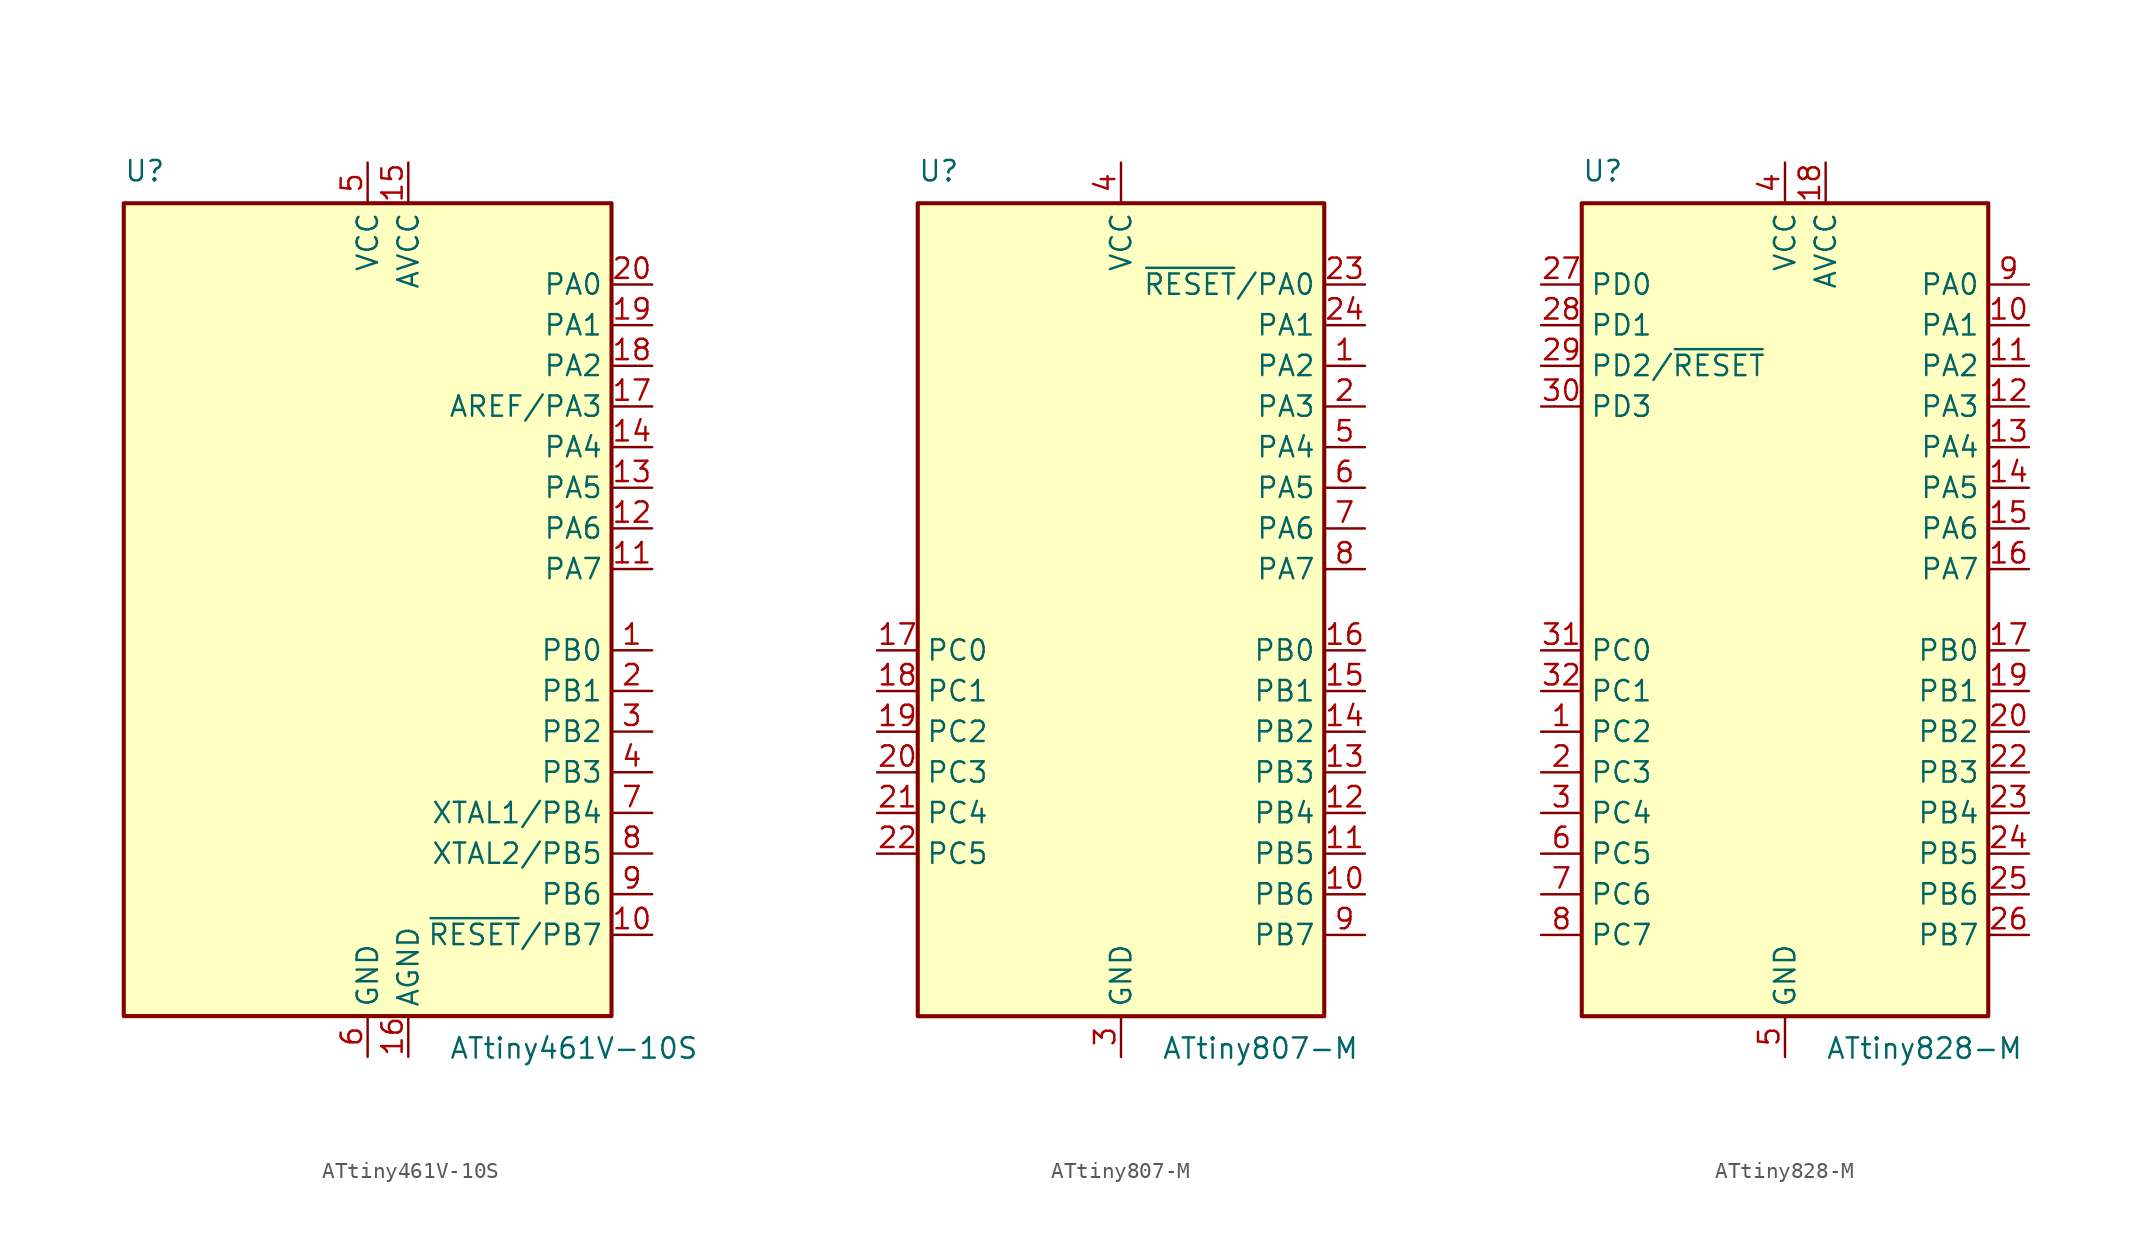
<source format=kicad_sym>
(kicad_symbol_lib
  (version 20241209)
  (generator "kicad_symbol_editor")
  (generator_version "9.0")
  (symbol "ATtiny461V-10S"
    (property "Reference" "U"
      (at -15.24 26.67 0)
      (effects (font (size 1.27 1.27)) (justify left bottom)))
    (property "Value" "ATtiny461V-10S"
      (at 5.08 -26.67 0)
      (effects (font (size 1.27 1.27)) (justify left top)))
    (symbol "ATtiny461V-10S_0_1"
      (rectangle (start -15.24 -25.4) (end 15.24 25.4) (stroke (width 0.254) (type default)) (fill (type background))))
    (symbol "ATtiny461V-10S_1_1"
      (pin power_in line (at 0 27.94 270) (length 2.54) (name "VCC" (effects (font (size 1.27 1.27)))) (number "5" (effects (font (size 1.27 1.27)))))
      (pin power_in line (at 0 -27.94 90) (length 2.54) (name "GND" (effects (font (size 1.27 1.27)))) (number "6" (effects (font (size 1.27 1.27)))))
      (pin power_in line (at 2.54 27.94 270) (length 2.54) (name "AVCC" (effects (font (size 1.27 1.27)))) (number "15" (effects (font (size 1.27 1.27)))))
      (pin power_in line (at 2.54 -27.94 90) (length 2.54) (name "AGND" (effects (font (size 1.27 1.27)))) (number "16" (effects (font (size 1.27 1.27)))))
      (pin bidirectional line (at 17.78 20.32 180) (length 2.54) (name "PA0" (effects (font (size 1.27 1.27)))) (number "20" (effects (font (size 1.27 1.27)))))
      (pin bidirectional line (at 17.78 17.78 180) (length 2.54) (name "PA1" (effects (font (size 1.27 1.27)))) (number "19" (effects (font (size 1.27 1.27)))))
      (pin bidirectional line (at 17.78 15.24 180) (length 2.54) (name "PA2" (effects (font (size 1.27 1.27)))) (number "18" (effects (font (size 1.27 1.27)))))
      (pin bidirectional line (at 17.78 12.7 180) (length 2.54) (name "AREF/PA3" (effects (font (size 1.27 1.27)))) (number "17" (effects (font (size 1.27 1.27)))))
      (pin bidirectional line (at 17.78 10.16 180) (length 2.54) (name "PA4" (effects (font (size 1.27 1.27)))) (number "14" (effects (font (size 1.27 1.27)))))
      (pin bidirectional line (at 17.78 7.62 180) (length 2.54) (name "PA5" (effects (font (size 1.27 1.27)))) (number "13" (effects (font (size 1.27 1.27)))))
      (pin bidirectional line (at 17.78 5.08 180) (length 2.54) (name "PA6" (effects (font (size 1.27 1.27)))) (number "12" (effects (font (size 1.27 1.27)))))
      (pin bidirectional line (at 17.78 2.54 180) (length 2.54) (name "PA7" (effects (font (size 1.27 1.27)))) (number "11" (effects (font (size 1.27 1.27)))))
      (pin bidirectional line (at 17.78 -2.54 180) (length 2.54) (name "PB0" (effects (font (size 1.27 1.27)))) (number "1" (effects (font (size 1.27 1.27)))))
      (pin bidirectional line (at 17.78 -5.08 180) (length 2.54) (name "PB1" (effects (font (size 1.27 1.27)))) (number "2" (effects (font (size 1.27 1.27)))))
      (pin bidirectional line (at 17.78 -7.62 180) (length 2.54) (name "PB2" (effects (font (size 1.27 1.27)))) (number "3" (effects (font (size 1.27 1.27)))))
      (pin bidirectional line (at 17.78 -10.16 180) (length 2.54) (name "PB3" (effects (font (size 1.27 1.27)))) (number "4" (effects (font (size 1.27 1.27)))))
      (pin bidirectional line (at 17.78 -12.7 180) (length 2.54) (name "XTAL1/PB4" (effects (font (size 1.27 1.27)))) (number "7" (effects (font (size 1.27 1.27)))))
      (pin bidirectional line (at 17.78 -15.24 180) (length 2.54) (name "XTAL2/PB5" (effects (font (size 1.27 1.27)))) (number "8" (effects (font (size 1.27 1.27)))))
      (pin bidirectional line (at 17.78 -17.78 180) (length 2.54) (name "PB6" (effects (font (size 1.27 1.27)))) (number "9" (effects (font (size 1.27 1.27)))))
      (pin bidirectional line (at 17.78 -20.32 180) (length 2.54) (name "~{RESET}/PB7" (effects (font (size 1.27 1.27)))) (number "10" (effects (font (size 1.27 1.27)))))))
  (symbol "ATtiny807-M"
    (property "Reference" "U"
      (at -12.7 26.67 0)
      (effects (font (size 1.27 1.27)) (justify left bottom)))
    (property "Value" "ATtiny807-M"
      (at 2.54 -26.67 0)
      (effects (font (size 1.27 1.27)) (justify left top)))
    (symbol "ATtiny807-M_0_1"
      (rectangle (start -12.7 -25.4) (end 12.7 25.4) (stroke (width 0.254) (type default)) (fill (type background))))
    (symbol "ATtiny807-M_1_1"
      (pin bidirectional line (at -15.24 -2.54 0) (length 2.54) (name "PC0" (effects (font (size 1.27 1.27)))) (number "17" (effects (font (size 1.27 1.27)))))
      (pin bidirectional line (at -15.24 -5.08 0) (length 2.54) (name "PC1" (effects (font (size 1.27 1.27)))) (number "18" (effects (font (size 1.27 1.27)))))
      (pin bidirectional line (at -15.24 -7.62 0) (length 2.54) (name "PC2" (effects (font (size 1.27 1.27)))) (number "19" (effects (font (size 1.27 1.27)))))
      (pin bidirectional line (at -15.24 -10.16 0) (length 2.54) (name "PC3" (effects (font (size 1.27 1.27)))) (number "20" (effects (font (size 1.27 1.27)))))
      (pin bidirectional line (at -15.24 -12.7 0) (length 2.54) (name "PC4" (effects (font (size 1.27 1.27)))) (number "21" (effects (font (size 1.27 1.27)))))
      (pin bidirectional line (at -15.24 -15.24 0) (length 2.54) (name "PC5" (effects (font (size 1.27 1.27)))) (number "22" (effects (font (size 1.27 1.27)))))
      (pin power_in line (at 0 27.94 270) (length 2.54) (name "VCC" (effects (font (size 1.27 1.27)))) (number "4" (effects (font (size 1.27 1.27)))))
      (pin passive line (at 0 -27.94 90) (length 2.54) (hide yes) (name "GND" (effects (font (size 1.27 1.27)))) (number "25" (effects (font (size 1.27 1.27)))))
      (pin power_in line (at 0 -27.94 90) (length 2.54) (name "GND" (effects (font (size 1.27 1.27)))) (number "3" (effects (font (size 1.27 1.27)))))
      (pin bidirectional line (at 15.24 20.32 180) (length 2.54) (name "~{RESET}/PA0" (effects (font (size 1.27 1.27)))) (number "23" (effects (font (size 1.27 1.27)))))
      (pin bidirectional line (at 15.24 17.78 180) (length 2.54) (name "PA1" (effects (font (size 1.27 1.27)))) (number "24" (effects (font (size 1.27 1.27)))))
      (pin bidirectional line (at 15.24 15.24 180) (length 2.54) (name "PA2" (effects (font (size 1.27 1.27)))) (number "1" (effects (font (size 1.27 1.27)))))
      (pin bidirectional line (at 15.24 12.7 180) (length 2.54) (name "PA3" (effects (font (size 1.27 1.27)))) (number "2" (effects (font (size 1.27 1.27)))))
      (pin bidirectional line (at 15.24 10.16 180) (length 2.54) (name "PA4" (effects (font (size 1.27 1.27)))) (number "5" (effects (font (size 1.27 1.27)))))
      (pin bidirectional line (at 15.24 7.62 180) (length 2.54) (name "PA5" (effects (font (size 1.27 1.27)))) (number "6" (effects (font (size 1.27 1.27)))))
      (pin bidirectional line (at 15.24 5.08 180) (length 2.54) (name "PA6" (effects (font (size 1.27 1.27)))) (number "7" (effects (font (size 1.27 1.27)))))
      (pin bidirectional line (at 15.24 2.54 180) (length 2.54) (name "PA7" (effects (font (size 1.27 1.27)))) (number "8" (effects (font (size 1.27 1.27)))))
      (pin bidirectional line (at 15.24 -2.54 180) (length 2.54) (name "PB0" (effects (font (size 1.27 1.27)))) (number "16" (effects (font (size 1.27 1.27)))))
      (pin bidirectional line (at 15.24 -5.08 180) (length 2.54) (name "PB1" (effects (font (size 1.27 1.27)))) (number "15" (effects (font (size 1.27 1.27)))))
      (pin bidirectional line (at 15.24 -7.62 180) (length 2.54) (name "PB2" (effects (font (size 1.27 1.27)))) (number "14" (effects (font (size 1.27 1.27)))))
      (pin bidirectional line (at 15.24 -10.16 180) (length 2.54) (name "PB3" (effects (font (size 1.27 1.27)))) (number "13" (effects (font (size 1.27 1.27)))))
      (pin bidirectional line (at 15.24 -12.7 180) (length 2.54) (name "PB4" (effects (font (size 1.27 1.27)))) (number "12" (effects (font (size 1.27 1.27)))))
      (pin bidirectional line (at 15.24 -15.24 180) (length 2.54) (name "PB5" (effects (font (size 1.27 1.27)))) (number "11" (effects (font (size 1.27 1.27)))))
      (pin bidirectional line (at 15.24 -17.78 180) (length 2.54) (name "PB6" (effects (font (size 1.27 1.27)))) (number "10" (effects (font (size 1.27 1.27)))))
      (pin bidirectional line (at 15.24 -20.32 180) (length 2.54) (name "PB7" (effects (font (size 1.27 1.27)))) (number "9" (effects (font (size 1.27 1.27)))))))
  (symbol "ATtiny828-M"
    (property "Reference" "U"
      (at -12.7 26.67 0)
      (effects (font (size 1.27 1.27)) (justify left bottom)))
    (property "Value" "ATtiny828-M"
      (at 2.54 -26.67 0)
      (effects (font (size 1.27 1.27)) (justify left top)))
    (symbol "ATtiny828-M_0_1"
      (rectangle (start -12.7 -25.4) (end 12.7 25.4) (stroke (width 0.254) (type default)) (fill (type background))))
    (symbol "ATtiny828-M_1_1"
      (pin bidirectional line (at -15.24 20.32 0) (length 2.54) (name "PD0" (effects (font (size 1.27 1.27)))) (number "27" (effects (font (size 1.27 1.27)))))
      (pin bidirectional line (at -15.24 17.78 0) (length 2.54) (name "PD1" (effects (font (size 1.27 1.27)))) (number "28" (effects (font (size 1.27 1.27)))))
      (pin bidirectional line (at -15.24 15.24 0) (length 2.54) (name "PD2/~{RESET}" (effects (font (size 1.27 1.27)))) (number "29" (effects (font (size 1.27 1.27)))))
      (pin bidirectional line (at -15.24 12.7 0) (length 2.54) (name "PD3" (effects (font (size 1.27 1.27)))) (number "30" (effects (font (size 1.27 1.27)))))
      (pin bidirectional line (at -15.24 -2.54 0) (length 2.54) (name "PC0" (effects (font (size 1.27 1.27)))) (number "31" (effects (font (size 1.27 1.27)))))
      (pin bidirectional line (at -15.24 -5.08 0) (length 2.54) (name "PC1" (effects (font (size 1.27 1.27)))) (number "32" (effects (font (size 1.27 1.27)))))
      (pin bidirectional line (at -15.24 -7.62 0) (length 2.54) (name "PC2" (effects (font (size 1.27 1.27)))) (number "1" (effects (font (size 1.27 1.27)))))
      (pin bidirectional line (at -15.24 -10.16 0) (length 2.54) (name "PC3" (effects (font (size 1.27 1.27)))) (number "2" (effects (font (size 1.27 1.27)))))
      (pin bidirectional line (at -15.24 -12.7 0) (length 2.54) (name "PC4" (effects (font (size 1.27 1.27)))) (number "3" (effects (font (size 1.27 1.27)))))
      (pin bidirectional line (at -15.24 -15.24 0) (length 2.54) (name "PC5" (effects (font (size 1.27 1.27)))) (number "6" (effects (font (size 1.27 1.27)))))
      (pin bidirectional line (at -15.24 -17.78 0) (length 2.54) (name "PC6" (effects (font (size 1.27 1.27)))) (number "7" (effects (font (size 1.27 1.27)))))
      (pin bidirectional line (at -15.24 -20.32 0) (length 2.54) (name "PC7" (effects (font (size 1.27 1.27)))) (number "8" (effects (font (size 1.27 1.27)))))
      (pin power_in line (at 0 27.94 270) (length 2.54) (name "VCC" (effects (font (size 1.27 1.27)))) (number "4" (effects (font (size 1.27 1.27)))))
      (pin passive line (at 0 -27.94 90) (length 2.54) (hide yes) (name "GND" (effects (font (size 1.27 1.27)))) (number "21" (effects (font (size 1.27 1.27)))))
      (pin passive line (at 0 -27.94 90) (length 2.54) (hide yes) (name "GND" (effects (font (size 1.27 1.27)))) (number "33" (effects (font (size 1.27 1.27)))))
      (pin power_in line (at 0 -27.94 90) (length 2.54) (name "GND" (effects (font (size 1.27 1.27)))) (number "5" (effects (font (size 1.27 1.27)))))
      (pin power_in line (at 2.54 27.94 270) (length 2.54) (name "AVCC" (effects (font (size 1.27 1.27)))) (number "18" (effects (font (size 1.27 1.27)))))
      (pin bidirectional line (at 15.24 20.32 180) (length 2.54) (name "PA0" (effects (font (size 1.27 1.27)))) (number "9" (effects (font (size 1.27 1.27)))))
      (pin bidirectional line (at 15.24 17.78 180) (length 2.54) (name "PA1" (effects (font (size 1.27 1.27)))) (number "10" (effects (font (size 1.27 1.27)))))
      (pin bidirectional line (at 15.24 15.24 180) (length 2.54) (name "PA2" (effects (font (size 1.27 1.27)))) (number "11" (effects (font (size 1.27 1.27)))))
      (pin bidirectional line (at 15.24 12.7 180) (length 2.54) (name "PA3" (effects (font (size 1.27 1.27)))) (number "12" (effects (font (size 1.27 1.27)))))
      (pin bidirectional line (at 15.24 10.16 180) (length 2.54) (name "PA4" (effects (font (size 1.27 1.27)))) (number "13" (effects (font (size 1.27 1.27)))))
      (pin bidirectional line (at 15.24 7.62 180) (length 2.54) (name "PA5" (effects (font (size 1.27 1.27)))) (number "14" (effects (font (size 1.27 1.27)))))
      (pin bidirectional line (at 15.24 5.08 180) (length 2.54) (name "PA6" (effects (font (size 1.27 1.27)))) (number "15" (effects (font (size 1.27 1.27)))))
      (pin bidirectional line (at 15.24 2.54 180) (length 2.54) (name "PA7" (effects (font (size 1.27 1.27)))) (number "16" (effects (font (size 1.27 1.27)))))
      (pin bidirectional line (at 15.24 -2.54 180) (length 2.54) (name "PB0" (effects (font (size 1.27 1.27)))) (number "17" (effects (font (size 1.27 1.27)))))
      (pin bidirectional line (at 15.24 -5.08 180) (length 2.54) (name "PB1" (effects (font (size 1.27 1.27)))) (number "19" (effects (font (size 1.27 1.27)))))
      (pin bidirectional line (at 15.24 -7.62 180) (length 2.54) (name "PB2" (effects (font (size 1.27 1.27)))) (number "20" (effects (font (size 1.27 1.27)))))
      (pin bidirectional line (at 15.24 -10.16 180) (length 2.54) (name "PB3" (effects (font (size 1.27 1.27)))) (number "22" (effects (font (size 1.27 1.27)))))
      (pin bidirectional line (at 15.24 -12.7 180) (length 2.54) (name "PB4" (effects (font (size 1.27 1.27)))) (number "23" (effects (font (size 1.27 1.27)))))
      (pin bidirectional line (at 15.24 -15.24 180) (length 2.54) (name "PB5" (effects (font (size 1.27 1.27)))) (number "24" (effects (font (size 1.27 1.27)))))
      (pin bidirectional line (at 15.24 -17.78 180) (length 2.54) (name "PB6" (effects (font (size 1.27 1.27)))) (number "25" (effects (font (size 1.27 1.27)))))
      (pin bidirectional line (at 15.24 -20.32 180) (length 2.54) (name "PB7" (effects (font (size 1.27 1.27)))) (number "26" (effects (font (size 1.27 1.27))))))))
</source>
